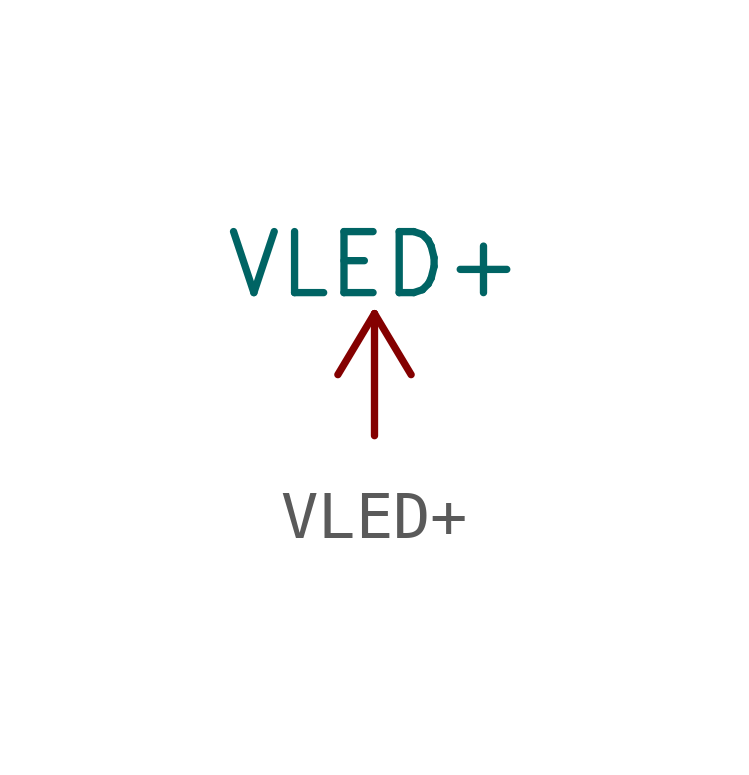
<source format=kicad_sym>
(kicad_symbol_lib
  (version 20211014)
  (generator kicad_symbol_editor)
  (symbol "VLED+"
    (power)
    (pin_names
      (offset 0))
    (property "Reference" "#PWR"
      (at 0 -3.81 0)
      (effects (font (size 1.27 1.27)) hide))
    (property "Value" "VLED+"
      (at 0 3.556 0)
      (effects (font (size 1.27 1.27))))
    (symbol "VLED+_0_1"
      (polyline (pts (xy -0.762 1.27) (xy 0 2.54)) (stroke (width 0) (type default) (color 0 0 0 0)) (fill (type none)))
      (polyline (pts (xy 0 0) (xy 0 2.54)) (stroke (width 0) (type default) (color 0 0 0 0)) (fill (type none)))
      (polyline (pts (xy 0 2.54) (xy 0.762 1.27)) (stroke (width 0) (type default) (color 0 0 0 0)) (fill (type none))))
    (symbol "VLED+_1_1"
      (pin power_in line (at 0 0 90) (length 0) hide (name "VLED+" (effects (font (size 1.27 1.27)))) (number "1" (effects (font (size 1.27 1.27))))))))
</source>
